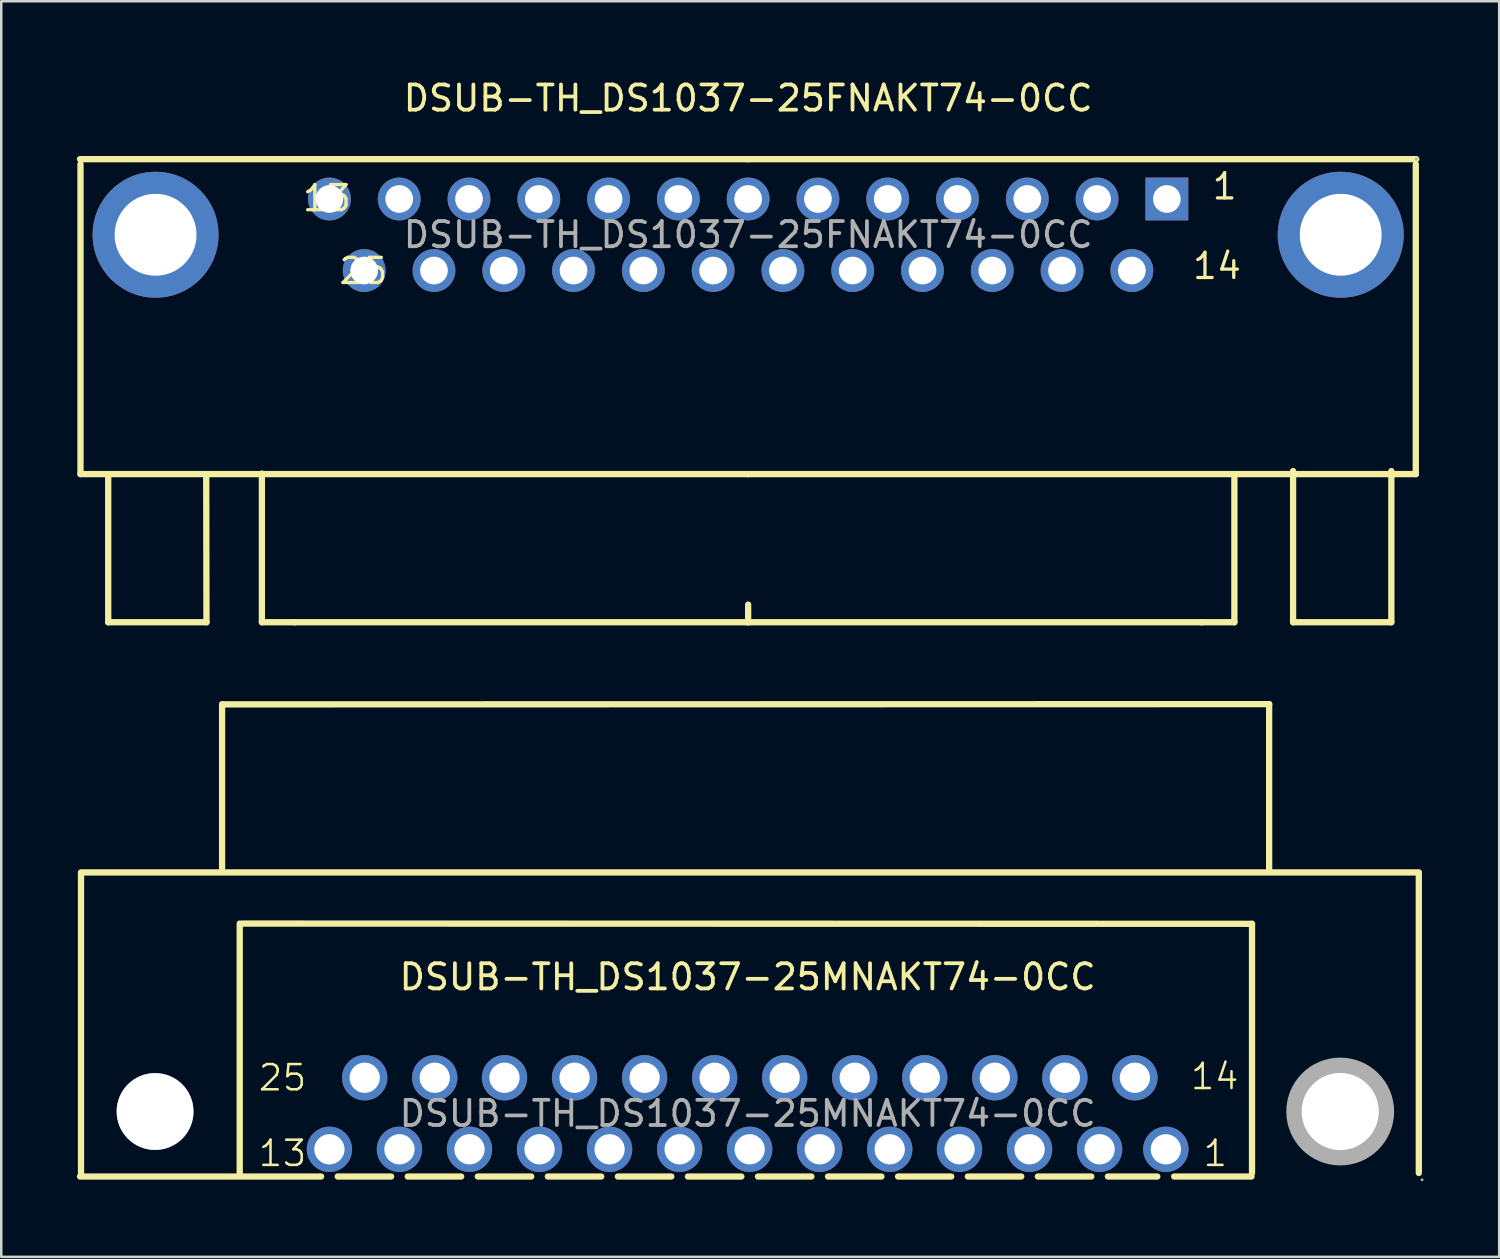
<source format=kicad_pcb>
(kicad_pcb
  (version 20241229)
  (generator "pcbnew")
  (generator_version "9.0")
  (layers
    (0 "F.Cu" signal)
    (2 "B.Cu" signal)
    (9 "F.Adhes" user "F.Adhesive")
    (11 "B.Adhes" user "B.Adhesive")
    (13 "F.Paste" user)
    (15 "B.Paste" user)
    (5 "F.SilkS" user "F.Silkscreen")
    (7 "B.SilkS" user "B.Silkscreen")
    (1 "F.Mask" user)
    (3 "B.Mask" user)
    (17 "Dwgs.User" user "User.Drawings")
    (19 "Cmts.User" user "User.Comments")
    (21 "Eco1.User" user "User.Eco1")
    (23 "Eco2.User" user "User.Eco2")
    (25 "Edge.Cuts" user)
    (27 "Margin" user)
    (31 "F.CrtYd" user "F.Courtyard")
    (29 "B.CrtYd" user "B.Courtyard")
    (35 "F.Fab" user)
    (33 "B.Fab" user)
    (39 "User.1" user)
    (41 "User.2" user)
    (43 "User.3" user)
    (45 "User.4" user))
  (footprint "DSUB-TH_DS1037-25MNAKT74-0CC"
    (layer "F.Cu")
    (at 26.625 41.148)
    (property "Reference" "DSUB-TH_DS1037-25MNAKT74-0CC" (at 0 -5.42 0) (layer "F.SilkS") (effects (font (size 1 1) (thickness 0.15))))
    (attr through_hole)
    (fp_line (start -26.5 2.5) (end -16.93 2.5) (stroke (width 0.25) (type solid)) (layer "F.SilkS"))
    (fp_line (start -26.46 -9.57) (end 26.64 -9.57) (stroke (width 0.25) (type solid)) (layer "F.SilkS"))
    (fp_line (start -26.46 -9.55) (end -26.46 2.36) (stroke (width 0.25) (type solid)) (layer "F.SilkS"))
    (fp_line (start -20.86 -16.24) (end -20.86 -9.74) (stroke (width 0.25) (type solid)) (layer "F.SilkS"))
    (fp_line (start -20.86 -16.24) (end 20.7 -16.25) (stroke (width 0.25) (type solid)) (layer "F.SilkS"))
    (fp_line (start -20.16 -7.54) (end -20.16 2.37) (stroke (width 0.25) (type solid)) (layer "F.SilkS"))
    (fp_line (start -20.06 -7.54) (end 20.02 -7.53) (stroke (width 0.25) (type solid)) (layer "F.SilkS"))
    (fp_line (start -16.27 2.5) (end -14.15 2.5) (stroke (width 0.25) (type solid)) (layer "F.SilkS"))
    (fp_line (start -13.49 2.5) (end -11.37 2.5) (stroke (width 0.25) (type solid)) (layer "F.SilkS"))
    (fp_line (start -10.71 2.5) (end -8.59 2.5) (stroke (width 0.25) (type solid)) (layer "F.SilkS"))
    (fp_line (start -7.93 2.5) (end -5.81 2.5) (stroke (width 0.25) (type solid)) (layer "F.SilkS"))
    (fp_line (start -5.15 2.5) (end -3.03 2.5) (stroke (width 0.25) (type solid)) (layer "F.SilkS"))
    (fp_line (start -2.37 2.5) (end -0.25 2.5) (stroke (width 0.25) (type solid)) (layer "F.SilkS"))
    (fp_line (start 0.41 2.5) (end 2.53 2.5) (stroke (width 0.25) (type solid)) (layer "F.SilkS"))
    (fp_line (start 3.19 2.5) (end 5.31 2.5) (stroke (width 0.25) (type solid)) (layer "F.SilkS"))
    (fp_line (start 5.97 2.5) (end 8.08 2.5) (stroke (width 0.25) (type solid)) (layer "F.SilkS"))
    (fp_line (start 8.74 2.5) (end 10.86 2.5) (stroke (width 0.25) (type solid)) (layer "F.SilkS"))
    (fp_line (start 11.52 2.5) (end 13.64 2.5) (stroke (width 0.25) (type solid)) (layer "F.SilkS"))
    (fp_line (start 14.3 2.5) (end 16.26 2.5) (stroke (width 0.25) (type solid)) (layer "F.SilkS"))
    (fp_line (start 16.93 2.5) (end 20 2.5) (stroke (width 0.25) (type solid)) (layer "F.SilkS"))
    (fp_line (start 20.02 -7.53) (end 20.02 2.36) (stroke (width 0.25) (type solid)) (layer "F.SilkS"))
    (fp_line (start 20.7 -16.25) (end 20.7 -9.64) (stroke (width 0.25) (type solid)) (layer "F.SilkS"))
    (fp_line (start 26.64 -9.55) (end 26.64 2.36) (stroke (width 0.25) (type solid)) (layer "F.SilkS"))
    (fp_circle (center -23.52 -0.08) (end -22.81 -0.08) (stroke (width 1.42) (type solid)) (fill no) (layer "F.Fab"))
    (fp_circle (center -16.6 1.42) (end -16.35 1.42) (stroke (width 0.5) (type solid)) (fill no) (layer "F.Fab"))
    (fp_circle (center -15.2 -1.42) (end -14.95 -1.42) (stroke (width 0.5) (type solid)) (fill no) (layer "F.Fab"))
    (fp_circle (center -13.82 1.42) (end -13.57 1.42) (stroke (width 0.5) (type solid)) (fill no) (layer "F.Fab"))
    (fp_circle (center -12.42 -1.42) (end -12.17 -1.42) (stroke (width 0.5) (type solid)) (fill no) (layer "F.Fab"))
    (fp_circle (center -11.04 1.42) (end -10.79 1.42) (stroke (width 0.5) (type solid)) (fill no) (layer "F.Fab"))
    (fp_circle (center -9.65 -1.42) (end -9.4 -1.42) (stroke (width 0.5) (type solid)) (fill no) (layer "F.Fab"))
    (fp_circle (center -8.26 1.42) (end -8.01 1.42) (stroke (width 0.5) (type solid)) (fill no) (layer "F.Fab"))
    (fp_circle (center -6.87 -1.42) (end -6.62 -1.42) (stroke (width 0.5) (type solid)) (fill no) (layer "F.Fab"))
    (fp_circle (center -5.48 1.42) (end -5.23 1.42) (stroke (width 0.5) (type solid)) (fill no) (layer "F.Fab"))
    (fp_circle (center -4.09 -1.42) (end -3.84 -1.42) (stroke (width 0.5) (type solid)) (fill no) (layer "F.Fab"))
    (fp_circle (center -2.7 1.42) (end -2.45 1.42) (stroke (width 0.5) (type solid)) (fill no) (layer "F.Fab"))
    (fp_circle (center -1.31 -1.42) (end -1.06 -1.42) (stroke (width 0.5) (type solid)) (fill no) (layer "F.Fab"))
    (fp_circle (center 0.08 1.42) (end 0.33 1.42) (stroke (width 0.5) (type solid)) (fill no) (layer "F.Fab"))
    (fp_circle (center 1.47 -1.42) (end 1.72 -1.42) (stroke (width 0.5) (type solid)) (fill no) (layer "F.Fab"))
    (fp_circle (center 2.86 1.42) (end 3.11 1.42) (stroke (width 0.5) (type solid)) (fill no) (layer "F.Fab"))
    (fp_circle (center 4.25 -1.42) (end 4.5 -1.42) (stroke (width 0.5) (type solid)) (fill no) (layer "F.Fab"))
    (fp_circle (center 5.64 1.42) (end 5.89 1.42) (stroke (width 0.5) (type solid)) (fill no) (layer "F.Fab"))
    (fp_circle (center 7.03 -1.42) (end 7.28 -1.42) (stroke (width 0.5) (type solid)) (fill no) (layer "F.Fab"))
    (fp_circle (center 8.41 1.42) (end 8.66 1.42) (stroke (width 0.5) (type solid)) (fill no) (layer "F.Fab"))
    (fp_circle (center 9.81 -1.42) (end 10.06 -1.42) (stroke (width 0.5) (type solid)) (fill no) (layer "F.Fab"))
    (fp_circle (center 11.19 1.42) (end 11.44 1.42) (stroke (width 0.5) (type solid)) (fill no) (layer "F.Fab"))
    (fp_circle (center 12.59 -1.42) (end 12.84 -1.42) (stroke (width 0.5) (type solid)) (fill no) (layer "F.Fab"))
    (fp_circle (center 13.97 1.42) (end 14.22 1.42) (stroke (width 0.5) (type solid)) (fill no) (layer "F.Fab"))
    (fp_circle (center 15.37 -1.42) (end 15.62 -1.42) (stroke (width 0.5) (type solid)) (fill no) (layer "F.Fab"))
    (fp_circle (center 16.6 1.42) (end 16.85 1.42) (stroke (width 0.5) (type solid)) (fill no) (layer "F.Fab"))
    (fp_circle (center 23.52 -0.08) (end 24.23 -0.08) (stroke (width 1.43) (type solid)) (fill no) (layer "F.Fab"))
    (fp_circle (center 26.77 2.63) (end 26.8 2.63) (stroke (width 0.06) (type solid)) (fill no) (layer "F.Fab"))
    (fp_text user "14" (at 17.52 -1.47 0) (layer "F.SilkS") (effects (font (size 1 1) (thickness 0.1)) (justify left)))
    (fp_text user "13" (at -19.48 1.58 0) (layer "F.SilkS") (effects (font (size 1 1) (thickness 0.1)) (justify left)))
    (fp_text user "25" (at -19.48 -1.42 0) (layer "F.SilkS") (effects (font (size 1 1) (thickness 0.1)) (justify left)))
    (fp_text user "1" (at 18.02 1.58 0) (layer "F.SilkS") (effects (font (size 1 1) (thickness 0.1)) (justify left)))
    (fp_text user "${REFERENCE}" (at 0 0 0) (layer "F.Fab") (effects (font (size 1 1) (thickness 0.15))))
    (pad "" thru_hole circle (at -23.52 -0.08) (size 3.05 3.05) (drill 3.05) (layers "*.Cu" "*.Mask"))
    (pad "" thru_hole circle (at 23.52 -0.08) (size 3.06 3.06) (drill 3.06) (layers "*.Cu" "*.Mask"))
    (pad "1" thru_hole circle (at 16.6 1.42) (size 1.8 1.8) (drill 1.2) (layers "*.Cu" "*.Paste" "*.Mask"))
    (pad "2" thru_hole circle (at 13.97 1.42) (size 1.8 1.8) (drill 1.2) (layers "*.Cu" "*.Paste" "*.Mask"))
    (pad "3" thru_hole circle (at 11.19 1.42) (size 1.8 1.8) (drill 1.2) (layers "*.Cu" "*.Paste" "*.Mask"))
    (pad "4" thru_hole circle (at 8.41 1.42) (size 1.8 1.8) (drill 1.2) (layers "*.Cu" "*.Paste" "*.Mask"))
    (pad "5" thru_hole circle (at 5.64 1.42) (size 1.8 1.8) (drill 1.2) (layers "*.Cu" "*.Paste" "*.Mask"))
    (pad "6" thru_hole circle (at 2.86 1.42) (size 1.8 1.8) (drill 1.2) (layers "*.Cu" "*.Paste" "*.Mask"))
    (pad "7" thru_hole circle (at 0.08 1.42) (size 1.8 1.8) (drill 1.2) (layers "*.Cu" "*.Paste" "*.Mask"))
    (pad "8" thru_hole circle (at -2.7 1.42) (size 1.8 1.8) (drill 1.2) (layers "*.Cu" "*.Paste" "*.Mask"))
    (pad "9" thru_hole circle (at -5.48 1.42) (size 1.8 1.8) (drill 1.2) (layers "*.Cu" "*.Paste" "*.Mask"))
    (pad "10" thru_hole circle (at -8.26 1.42) (size 1.8 1.8) (drill 1.2) (layers "*.Cu" "*.Paste" "*.Mask"))
    (pad "11" thru_hole circle (at -11.04 1.42) (size 1.8 1.8) (drill 1.2) (layers "*.Cu" "*.Paste" "*.Mask"))
    (pad "12" thru_hole circle (at -13.82 1.42) (size 1.8 1.8) (drill 1.2) (layers "*.Cu" "*.Paste" "*.Mask"))
    (pad "13" thru_hole circle (at -16.6 1.42) (size 1.8 1.8) (drill 1.2) (layers "*.Cu" "*.Paste" "*.Mask"))
    (pad "14" thru_hole circle (at 15.37 -1.42) (size 1.8 1.8) (drill 1.2) (layers "*.Cu" "*.Paste" "*.Mask"))
    (pad "15" thru_hole circle (at 12.59 -1.42) (size 1.8 1.8) (drill 1.2) (layers "*.Cu" "*.Paste" "*.Mask"))
    (pad "16" thru_hole circle (at 9.81 -1.42) (size 1.8 1.8) (drill 1.2) (layers "*.Cu" "*.Paste" "*.Mask"))
    (pad "17" thru_hole circle (at 7.03 -1.42) (size 1.8 1.8) (drill 1.2) (layers "*.Cu" "*.Paste" "*.Mask"))
    (pad "18" thru_hole circle (at 4.25 -1.42) (size 1.8 1.8) (drill 1.2) (layers "*.Cu" "*.Paste" "*.Mask"))
    (pad "19" thru_hole circle (at 1.47 -1.42) (size 1.8 1.8) (drill 1.2) (layers "*.Cu" "*.Paste" "*.Mask"))
    (pad "20" thru_hole circle (at -1.31 -1.42) (size 1.8 1.8) (drill 1.2) (layers "*.Cu" "*.Paste" "*.Mask"))
    (pad "21" thru_hole circle (at -4.09 -1.42) (size 1.8 1.8) (drill 1.2) (layers "*.Cu" "*.Paste" "*.Mask"))
    (pad "22" thru_hole circle (at -6.87 -1.42) (size 1.8 1.8) (drill 1.2) (layers "*.Cu" "*.Paste" "*.Mask"))
    (pad "23" thru_hole circle (at -9.65 -1.42) (size 1.8 1.8) (drill 1.2) (layers "*.Cu" "*.Paste" "*.Mask"))
    (pad "24" thru_hole circle (at -12.42 -1.42) (size 1.8 1.8) (drill 1.2) (layers "*.Cu" "*.Paste" "*.Mask"))
    (pad "25" thru_hole circle (at -15.2 -1.42) (size 1.8 1.8) (drill 1.2) (layers "*.Cu" "*.Paste" "*.Mask")))
  (footprint "DSUB-TH_DS1037-25FNAKT74-0CC"
    (layer "F.Cu")
    (at 26.645 6.268)
    (property "Reference" "DSUB-TH_DS1037-25FNAKT74-0CC" (at 0 -5.42 0) (layer "F.SilkS") (effects (font (size 1 1) (thickness 0.15))))
    (attr through_hole)
    (fp_line (start -26.5 -2.8) (end -26.5 9.5) (stroke (width 0.25) (type solid)) (layer "F.SilkS"))
    (fp_line (start -26.5 9.5) (end 0 9.5) (stroke (width 0.25) (type solid)) (layer "F.SilkS"))
    (fp_line (start -25.4 9.51) (end -25.4 15.38) (stroke (width 0.25) (type solid)) (layer "F.SilkS"))
    (fp_line (start -25.4 15.38) (end -21.5 15.38) (stroke (width 0.25) (type solid)) (layer "F.SilkS"))
    (fp_line (start -21.5 15.38) (end -21.51 9.5) (stroke (width 0.25) (type solid)) (layer "F.SilkS"))
    (fp_line (start -19.3 15.38) (end -19.3 9.48) (stroke (width 0.25) (type solid)) (layer "F.SilkS"))
    (fp_line (start -18 15.38) (end -19.3 15.38) (stroke (width 0.25) (type solid)) (layer "F.SilkS"))
    (fp_line (start 0 -3) (end -26.52 -3) (stroke (width 0.25) (type solid)) (layer "F.SilkS"))
    (fp_line (start 0 -3) (end 26.52 -3) (stroke (width 0.25) (type solid)) (layer "F.SilkS"))
    (fp_line (start 0 14.68) (end 0 15.38) (stroke (width 0.25) (type solid)) (layer "F.SilkS"))
    (fp_line (start 0 15.38) (end -18 15.38) (stroke (width 0.25) (type solid)) (layer "F.SilkS"))
    (fp_line (start 0 15.38) (end 18 15.38) (stroke (width 0.25) (type solid)) (layer "F.SilkS"))
    (fp_line (start 18 15.38) (end 19.3 15.38) (stroke (width 0.25) (type solid)) (layer "F.SilkS"))
    (fp_line (start 19.3 15.38) (end 19.3 9.6) (stroke (width 0.25) (type solid)) (layer "F.SilkS"))
    (fp_line (start 21.63 9.38) (end 21.63 15.38) (stroke (width 0.25) (type solid)) (layer "F.SilkS"))
    (fp_line (start 21.63 15.38) (end 25.53 15.38) (stroke (width 0.25) (type solid)) (layer "F.SilkS"))
    (fp_line (start 25.53 15.38) (end 25.53 9.38) (stroke (width 0.25) (type solid)) (layer "F.SilkS"))
    (fp_line (start 26.5 -2.8) (end 26.5 9.5) (stroke (width 0.25) (type solid)) (layer "F.SilkS"))
    (fp_line (start 26.5 9.5) (end 0 9.5) (stroke (width 0.25) (type solid)) (layer "F.SilkS"))
    (fp_circle (center 26.52 -3) (end 26.55 -3) (stroke (width 0.06) (type solid)) (fill no) (layer "F.Fab"))
    (fp_text user "25" (at -16.31 1.44 180) (layer "F.SilkS") (effects (font (size 1 1) (thickness 0.13)) (justify left)))
    (fp_text user "14" (at 17.57 1.24 180) (layer "F.SilkS") (effects (font (size 1 1) (thickness 0.13)) (justify left)))
    (fp_text user "13" (at -17.76 -1.45 180) (layer "F.SilkS") (effects (font (size 1 1) (thickness 0.13)) (justify left)))
    (fp_text user "1" (at 18.35 -1.92 180) (layer "F.SilkS") (effects (font (size 1 1) (thickness 0.13)) (justify left)))
    (fp_text user "${REFERENCE}" (at 0 0 0) (layer "F.Fab") (effects (font (size 1 1) (thickness 0.15))))
    (pad "1" thru_hole rect (at 16.62 -1.42) (size 1.7 1.7) (drill 1.1) (layers "*.Cu" "*.Paste" "*.Mask"))
    (pad "2" thru_hole circle (at 13.85 -1.42) (size 1.7 1.7) (drill 1.1) (layers "*.Cu" "*.Paste" "*.Mask"))
    (pad "3" thru_hole circle (at 11.08 -1.42) (size 1.7 1.7) (drill 1.1) (layers "*.Cu" "*.Paste" "*.Mask"))
    (pad "4" thru_hole circle (at 8.31 -1.42) (size 1.7 1.7) (drill 1.1) (layers "*.Cu" "*.Paste" "*.Mask"))
    (pad "5" thru_hole circle (at 5.54 -1.42) (size 1.7 1.7) (drill 1.1) (layers "*.Cu" "*.Paste" "*.Mask"))
    (pad "6" thru_hole circle (at 2.77 -1.42) (size 1.7 1.7) (drill 1.1) (layers "*.Cu" "*.Paste" "*.Mask"))
    (pad "7" thru_hole circle (at 0 -1.42) (size 1.7 1.7) (drill 1.1) (layers "*.Cu" "*.Paste" "*.Mask"))
    (pad "8" thru_hole circle (at -2.77 -1.42) (size 1.7 1.7) (drill 1.1) (layers "*.Cu" "*.Paste" "*.Mask"))
    (pad "9" thru_hole circle (at -5.54 -1.42) (size 1.7 1.7) (drill 1.1) (layers "*.Cu" "*.Paste" "*.Mask"))
    (pad "10" thru_hole circle (at -8.31 -1.42) (size 1.7 1.7) (drill 1.1) (layers "*.Cu" "*.Paste" "*.Mask"))
    (pad "11" thru_hole circle (at -11.08 -1.42) (size 1.7 1.7) (drill 1.1) (layers "*.Cu" "*.Paste" "*.Mask"))
    (pad "12" thru_hole circle (at -13.85 -1.42) (size 1.7 1.7) (drill 1.1) (layers "*.Cu" "*.Paste" "*.Mask"))
    (pad "13" thru_hole circle (at -16.62 -1.42) (size 1.7 1.7) (drill 1.1) (layers "*.Cu" "*.Paste" "*.Mask"))
    (pad "14" thru_hole circle (at 15.23 1.42) (size 1.7 1.7) (drill 1.1) (layers "*.Cu" "*.Paste" "*.Mask"))
    (pad "15" thru_hole circle (at 12.46 1.42) (size 1.7 1.7) (drill 1.1) (layers "*.Cu" "*.Paste" "*.Mask"))
    (pad "16" thru_hole circle (at 9.69 1.42) (size 1.7 1.7) (drill 1.1) (layers "*.Cu" "*.Paste" "*.Mask"))
    (pad "17" thru_hole circle (at 6.92 1.42) (size 1.7 1.7) (drill 1.1) (layers "*.Cu" "*.Paste" "*.Mask"))
    (pad "18" thru_hole circle (at 4.15 1.42) (size 1.7 1.7) (drill 1.1) (layers "*.Cu" "*.Paste" "*.Mask"))
    (pad "19" thru_hole circle (at 1.38 1.42) (size 1.7 1.7) (drill 1.1) (layers "*.Cu" "*.Paste" "*.Mask"))
    (pad "20" thru_hole circle (at -1.39 1.42) (size 1.7 1.7) (drill 1.1) (layers "*.Cu" "*.Paste" "*.Mask"))
    (pad "21" thru_hole circle (at -4.16 1.42) (size 1.7 1.7) (drill 1.1) (layers "*.Cu" "*.Paste" "*.Mask"))
    (pad "22" thru_hole circle (at -6.93 1.42) (size 1.7 1.7) (drill 1.1) (layers "*.Cu" "*.Paste" "*.Mask"))
    (pad "23" thru_hole circle (at -9.7 1.42) (size 1.7 1.7) (drill 1.1) (layers "*.Cu" "*.Paste" "*.Mask"))
    (pad "24" thru_hole circle (at -12.47 1.42) (size 1.7 1.7) (drill 1.1) (layers "*.Cu" "*.Paste" "*.Mask"))
    (pad "25" thru_hole circle (at -15.24 1.42) (size 1.7 1.7) (drill 1.1) (layers "*.Cu" "*.Paste" "*.Mask"))
    (pad "26" thru_hole circle (at 23.52 0) (size 5 5) (drill 3.25) (layers "*.Cu" "*.Paste" "*.Mask"))
    (pad "27" thru_hole circle (at -23.52 0) (size 5 5) (drill 3.25) (layers "*.Cu" "*.Paste" "*.Mask")))
  (gr_rect
    (start -3 -3)
    (end 56.455 46.838)
    (stroke (width 0.1) (type default))
    (fill no)
    (layer "Edge.Cuts")))
</source>
